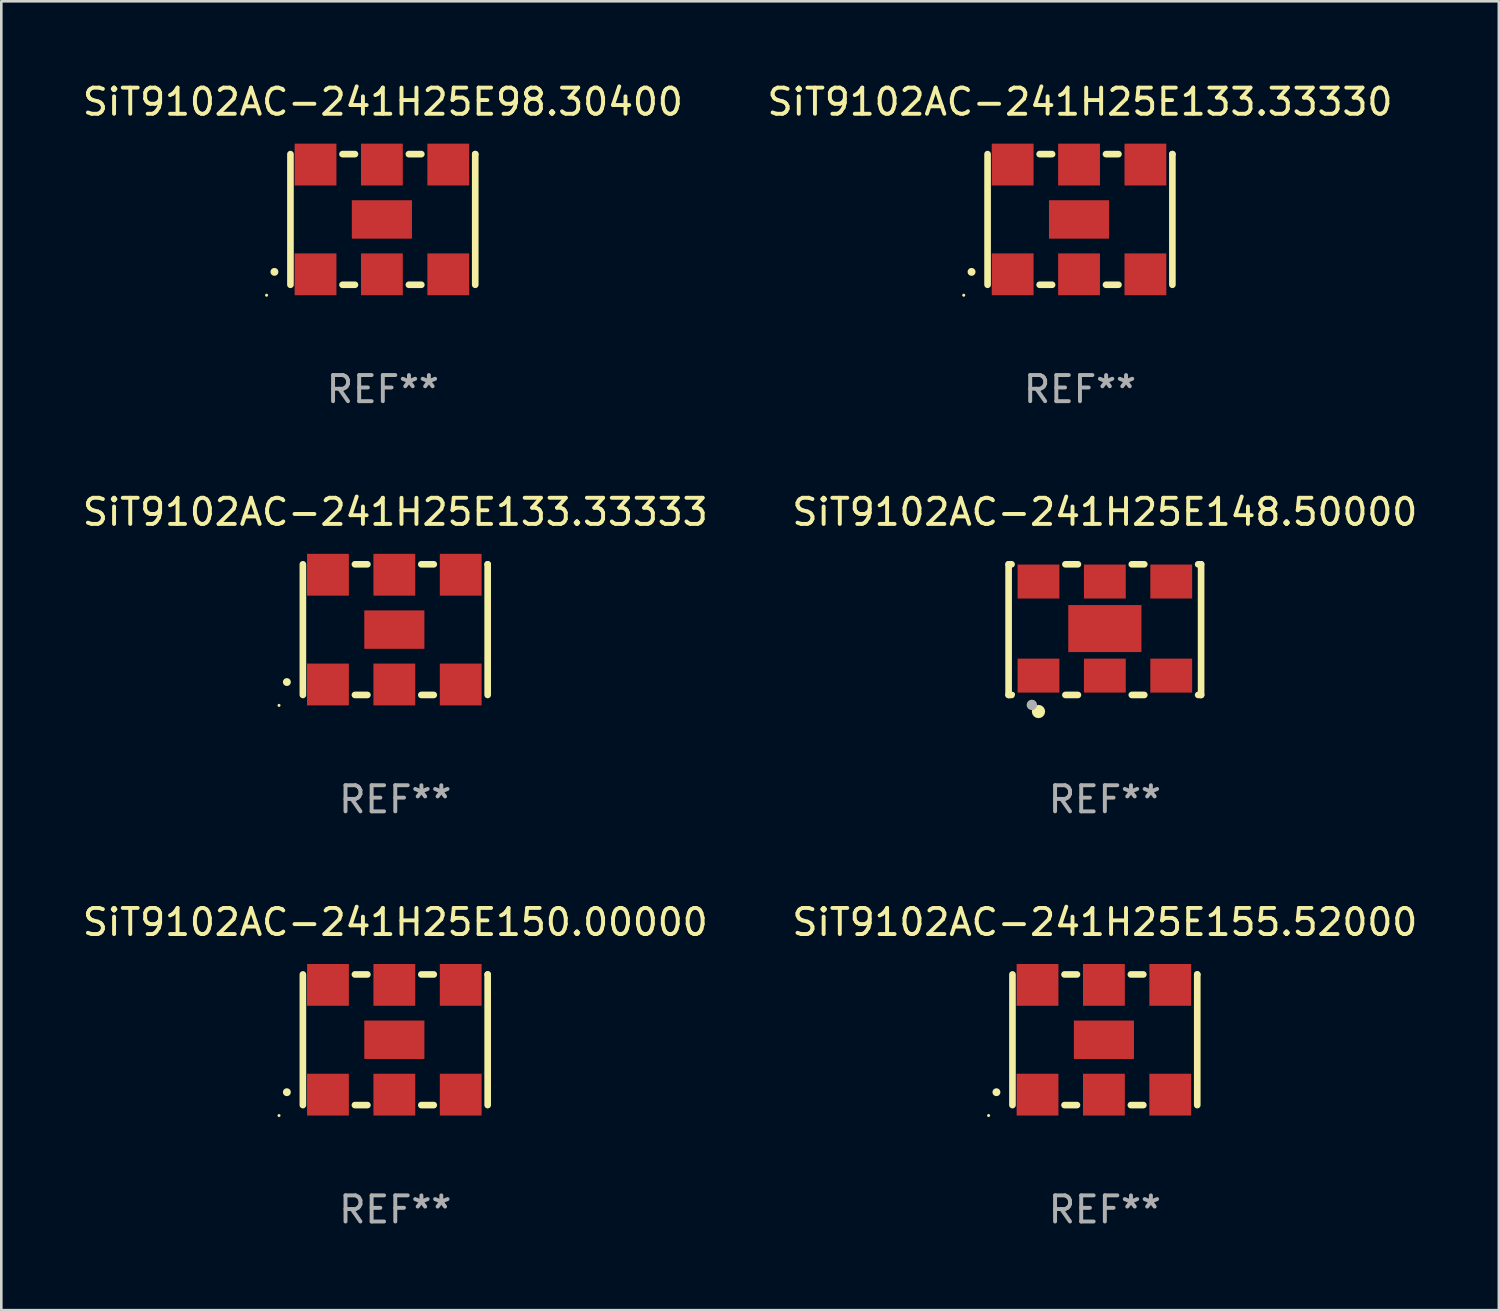
<source format=kicad_pcb>
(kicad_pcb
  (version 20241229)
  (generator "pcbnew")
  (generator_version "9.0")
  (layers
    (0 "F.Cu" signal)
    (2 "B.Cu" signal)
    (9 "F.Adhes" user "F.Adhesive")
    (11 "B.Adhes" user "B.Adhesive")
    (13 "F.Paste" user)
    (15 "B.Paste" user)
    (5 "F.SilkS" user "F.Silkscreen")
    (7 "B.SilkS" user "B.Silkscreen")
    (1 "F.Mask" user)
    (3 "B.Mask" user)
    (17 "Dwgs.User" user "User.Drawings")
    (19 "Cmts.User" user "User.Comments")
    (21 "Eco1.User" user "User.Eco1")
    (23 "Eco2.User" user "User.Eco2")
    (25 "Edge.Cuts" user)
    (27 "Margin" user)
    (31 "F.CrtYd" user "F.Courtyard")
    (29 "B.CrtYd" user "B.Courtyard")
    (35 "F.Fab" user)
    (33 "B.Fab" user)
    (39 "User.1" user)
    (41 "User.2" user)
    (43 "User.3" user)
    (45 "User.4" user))
  (footprint "SiT9102AC-241H25E133.33333"
    (layer "F.Cu")
    (at 12.077 21.045)
    (property "Reference" "SiT9102AC-241H25E133.33333" (at 0 -4.5 0) (layer "F.SilkS") (effects (font (size 1 1) (thickness 0.15))))
    (attr through_hole)
    (fp_line (start -3.536 -2.5) (end -3.536 2.5) (stroke (width 0.254) (type solid)) (layer "F.SilkS"))
    (fp_line (start -1.544 2.5) (end -1.067 2.5) (stroke (width 0.254) (type solid)) (layer "F.SilkS"))
    (fp_line (start -1.067 -2.5) (end -1.544 -2.5) (stroke (width 0.254) (type solid)) (layer "F.SilkS"))
    (fp_line (start 0.996 2.5) (end 1.473 2.5) (stroke (width 0.254) (type solid)) (layer "F.SilkS"))
    (fp_line (start 1.473 -2.5) (end 0.996 -2.5) (stroke (width 0.254) (type solid)) (layer "F.SilkS"))
    (fp_line (start 3.536 -2.5) (end 3.536 -2.5) (stroke (width 0.254) (type solid)) (layer "F.SilkS"))
    (fp_line (start 3.536 2.5) (end 3.536 -2.5) (stroke (width 0.254) (type solid)) (layer "F.SilkS"))
    (fp_arc (start -4.150432 2.006604) (mid -4.149162 2.006599) (end -4.147892 2.006604) (stroke (width 0.3) (type solid)) (layer "F.SilkS"))
    (fp_circle (center -4.449 2.9) (end -4.419 2.9) (stroke (width 0.06) (type solid)) (fill no) (layer "F.SilkS"))
    (fp_text user "REF**" (at 0 6.5 0) (layer "F.Fab") (effects (font (size 1 1) (thickness 0.15))))
    (pad "1" smd rect (at -2.576 2.1) (size 1.6 1.6) (layers "F.Cu" "F.Mask" "F.Paste"))
    (pad "2" smd rect (at -0.036 2.1) (size 1.6 1.6) (layers "F.Cu" "F.Mask" "F.Paste"))
    (pad "3" smd rect (at 2.504 2.1) (size 1.6 1.6) (layers "F.Cu" "F.Mask" "F.Paste"))
    (pad "4" smd rect (at 2.504 -2.1) (size 1.6 1.6) (layers "F.Cu" "F.Mask" "F.Paste"))
    (pad "5" smd rect (at -0.036 -2.1) (size 1.6 1.6) (layers "F.Cu" "F.Mask" "F.Paste"))
    (pad "6" smd rect (at -2.576 -2.1) (size 1.6 1.6) (layers "F.Cu" "F.Mask" "F.Paste"))
    (pad "7" smd rect (at -0.036 0) (size 2.3 1.47) (layers "F.Cu" "F.Mask" "F.Paste")))
  (footprint "SiT9102AC-241H25E155.52000"
    (layer "F.Cu")
    (at 39.232 36.741)
    (property "Reference" "SiT9102AC-241H25E155.52000" (at 0 -4.5 0) (layer "F.SilkS") (effects (font (size 1 1) (thickness 0.15))))
    (attr through_hole)
    (fp_line (start -3.536 -2.5) (end -3.536 2.5) (stroke (width 0.254) (type solid)) (layer "F.SilkS"))
    (fp_line (start -1.544 2.5) (end -1.067 2.5) (stroke (width 0.254) (type solid)) (layer "F.SilkS"))
    (fp_line (start -1.067 -2.5) (end -1.544 -2.5) (stroke (width 0.254) (type solid)) (layer "F.SilkS"))
    (fp_line (start 0.996 2.5) (end 1.473 2.5) (stroke (width 0.254) (type solid)) (layer "F.SilkS"))
    (fp_line (start 1.473 -2.5) (end 0.996 -2.5) (stroke (width 0.254) (type solid)) (layer "F.SilkS"))
    (fp_line (start 3.536 -2.5) (end 3.536 -2.5) (stroke (width 0.254) (type solid)) (layer "F.SilkS"))
    (fp_line (start 3.536 2.5) (end 3.536 -2.5) (stroke (width 0.254) (type solid)) (layer "F.SilkS"))
    (fp_arc (start -4.150432 2.006604) (mid -4.149162 2.006599) (end -4.147892 2.006604) (stroke (width 0.3) (type solid)) (layer "F.SilkS"))
    (fp_circle (center -4.449 2.9) (end -4.419 2.9) (stroke (width 0.06) (type solid)) (fill no) (layer "F.SilkS"))
    (fp_text user "REF**" (at 0 6.5 0) (layer "F.Fab") (effects (font (size 1 1) (thickness 0.15))))
    (pad "1" smd rect (at -2.576 2.1) (size 1.6 1.6) (layers "F.Cu" "F.Mask" "F.Paste"))
    (pad "2" smd rect (at -0.036 2.1) (size 1.6 1.6) (layers "F.Cu" "F.Mask" "F.Paste"))
    (pad "3" smd rect (at 2.504 2.1) (size 1.6 1.6) (layers "F.Cu" "F.Mask" "F.Paste"))
    (pad "4" smd rect (at 2.504 -2.1) (size 1.6 1.6) (layers "F.Cu" "F.Mask" "F.Paste"))
    (pad "5" smd rect (at -0.036 -2.1) (size 1.6 1.6) (layers "F.Cu" "F.Mask" "F.Paste"))
    (pad "6" smd rect (at -2.576 -2.1) (size 1.6 1.6) (layers "F.Cu" "F.Mask" "F.Paste"))
    (pad "7" smd rect (at -0.036 0) (size 2.3 1.47) (layers "F.Cu" "F.Mask" "F.Paste")))
  (footprint "SiT9102AC-241H25E98.30400"
    (layer "F.Cu")
    (at 11.601 5.348)
    (property "Reference" "SiT9102AC-241H25E98.30400" (at 0 -4.5 0) (layer "F.SilkS") (effects (font (size 1 1) (thickness 0.15))))
    (attr through_hole)
    (fp_line (start -3.536 -2.5) (end -3.536 2.5) (stroke (width 0.254) (type solid)) (layer "F.SilkS"))
    (fp_line (start -1.544 2.5) (end -1.067 2.5) (stroke (width 0.254) (type solid)) (layer "F.SilkS"))
    (fp_line (start -1.067 -2.5) (end -1.544 -2.5) (stroke (width 0.254) (type solid)) (layer "F.SilkS"))
    (fp_line (start 0.996 2.5) (end 1.473 2.5) (stroke (width 0.254) (type solid)) (layer "F.SilkS"))
    (fp_line (start 1.473 -2.5) (end 0.996 -2.5) (stroke (width 0.254) (type solid)) (layer "F.SilkS"))
    (fp_line (start 3.536 -2.5) (end 3.536 -2.5) (stroke (width 0.254) (type solid)) (layer "F.SilkS"))
    (fp_line (start 3.536 2.5) (end 3.536 -2.5) (stroke (width 0.254) (type solid)) (layer "F.SilkS"))
    (fp_arc (start -4.150432 2.006604) (mid -4.149162 2.006599) (end -4.147892 2.006604) (stroke (width 0.3) (type solid)) (layer "F.SilkS"))
    (fp_circle (center -4.449 2.9) (end -4.419 2.9) (stroke (width 0.06) (type solid)) (fill no) (layer "F.SilkS"))
    (fp_text user "REF**" (at 0 6.5 0) (layer "F.Fab") (effects (font (size 1 1) (thickness 0.15))))
    (pad "1" smd rect (at -2.576 2.1) (size 1.6 1.6) (layers "F.Cu" "F.Mask" "F.Paste"))
    (pad "2" smd rect (at -0.036 2.1) (size 1.6 1.6) (layers "F.Cu" "F.Mask" "F.Paste"))
    (pad "3" smd rect (at 2.504 2.1) (size 1.6 1.6) (layers "F.Cu" "F.Mask" "F.Paste"))
    (pad "4" smd rect (at 2.504 -2.1) (size 1.6 1.6) (layers "F.Cu" "F.Mask" "F.Paste"))
    (pad "5" smd rect (at -0.036 -2.1) (size 1.6 1.6) (layers "F.Cu" "F.Mask" "F.Paste"))
    (pad "6" smd rect (at -2.576 -2.1) (size 1.6 1.6) (layers "F.Cu" "F.Mask" "F.Paste"))
    (pad "7" smd rect (at -0.036 0) (size 2.3 1.47) (layers "F.Cu" "F.Mask" "F.Paste")))
  (footprint "SiT9102AC-241H25E133.33330"
    (layer "F.Cu")
    (at 38.28 5.348)
    (property "Reference" "SiT9102AC-241H25E133.33330" (at 0 -4.5 0) (layer "F.SilkS") (effects (font (size 1 1) (thickness 0.15))))
    (attr through_hole)
    (fp_line (start -3.536 -2.5) (end -3.536 2.5) (stroke (width 0.254) (type solid)) (layer "F.SilkS"))
    (fp_line (start -1.544 2.5) (end -1.067 2.5) (stroke (width 0.254) (type solid)) (layer "F.SilkS"))
    (fp_line (start -1.067 -2.5) (end -1.544 -2.5) (stroke (width 0.254) (type solid)) (layer "F.SilkS"))
    (fp_line (start 0.996 2.5) (end 1.473 2.5) (stroke (width 0.254) (type solid)) (layer "F.SilkS"))
    (fp_line (start 1.473 -2.5) (end 0.996 -2.5) (stroke (width 0.254) (type solid)) (layer "F.SilkS"))
    (fp_line (start 3.536 -2.5) (end 3.536 -2.5) (stroke (width 0.254) (type solid)) (layer "F.SilkS"))
    (fp_line (start 3.536 2.5) (end 3.536 -2.5) (stroke (width 0.254) (type solid)) (layer "F.SilkS"))
    (fp_arc (start -4.150432 2.006604) (mid -4.149162 2.006599) (end -4.147892 2.006604) (stroke (width 0.3) (type solid)) (layer "F.SilkS"))
    (fp_circle (center -4.449 2.9) (end -4.419 2.9) (stroke (width 0.06) (type solid)) (fill no) (layer "F.SilkS"))
    (fp_text user "REF**" (at 0 6.5 0) (layer "F.Fab") (effects (font (size 1 1) (thickness 0.15))))
    (pad "1" smd rect (at -2.576 2.1) (size 1.6 1.6) (layers "F.Cu" "F.Mask" "F.Paste"))
    (pad "2" smd rect (at -0.036 2.1) (size 1.6 1.6) (layers "F.Cu" "F.Mask" "F.Paste"))
    (pad "3" smd rect (at 2.504 2.1) (size 1.6 1.6) (layers "F.Cu" "F.Mask" "F.Paste"))
    (pad "4" smd rect (at 2.504 -2.1) (size 1.6 1.6) (layers "F.Cu" "F.Mask" "F.Paste"))
    (pad "5" smd rect (at -0.036 -2.1) (size 1.6 1.6) (layers "F.Cu" "F.Mask" "F.Paste"))
    (pad "6" smd rect (at -2.576 -2.1) (size 1.6 1.6) (layers "F.Cu" "F.Mask" "F.Paste"))
    (pad "7" smd rect (at -0.036 0) (size 2.3 1.47) (layers "F.Cu" "F.Mask" "F.Paste")))
  (footprint "SiT9102AC-241H25E148.50000"
    (layer "F.Cu")
    (at 39.232 21.045)
    (property "Reference" "SiT9102AC-241H25E148.50000" (at 0 -4.5 0) (layer "F.SilkS") (effects (font (size 1 1) (thickness 0.15))))
    (attr through_hole)
    (fp_line (start -3.683 -2.5) (end -3.571 -2.5) (stroke (width 0.254) (type solid)) (layer "F.SilkS"))
    (fp_line (start -3.683 2.5) (end -3.683 -2.5) (stroke (width 0.254) (type solid)) (layer "F.SilkS"))
    (fp_line (start -3.683 2.5) (end -3.571 2.5) (stroke (width 0.254) (type solid)) (layer "F.SilkS"))
    (fp_line (start -1.509 -2.5) (end -1.031 -2.5) (stroke (width 0.254) (type solid)) (layer "F.SilkS"))
    (fp_line (start -1.509 2.5) (end -1.031 2.5) (stroke (width 0.254) (type solid)) (layer "F.SilkS"))
    (fp_line (start 1.031 -2.5) (end 1.509 -2.5) (stroke (width 0.254) (type solid)) (layer "F.SilkS"))
    (fp_line (start 1.031 2.5) (end 1.509 2.5) (stroke (width 0.254) (type solid)) (layer "F.SilkS"))
    (fp_line (start 3.571 -2.5) (end 3.683 -2.5) (stroke (width 0.254) (type solid)) (layer "F.SilkS"))
    (fp_line (start 3.571 2.5) (end 3.683 2.5) (stroke (width 0.254) (type solid)) (layer "F.SilkS"))
    (fp_line (start 3.683 2.5) (end 3.683 -2.5) (stroke (width 0.254) (type solid)) (layer "F.SilkS"))
    (fp_circle (center -3.5 2.46) (end -3.47 2.46) (stroke (width 0.06) (type solid)) (fill no) (layer "F.SilkS"))
    (fp_circle (center -2.54 3.135) (end -2.413 3.135) (stroke (width 0.254) (type solid)) (fill no) (layer "F.SilkS"))
    (fp_circle (center -2.794 2.881) (end -2.694 2.881) (stroke (width 0.2) (type solid)) (fill no) (layer "F.Fab"))
    (fp_text user "REF**" (at 0 6.5 0) (layer "F.Fab") (effects (font (size 1 1) (thickness 0.15))))
    (pad "1" smd rect (at -2.54 1.76) (size 1.6 1.3) (layers "F.Cu" "F.Mask" "F.Paste"))
    (pad "2" smd rect (at 0 1.76) (size 1.6 1.3) (layers "F.Cu" "F.Mask" "F.Paste"))
    (pad "3" smd rect (at 2.54 1.76) (size 1.6 1.3) (layers "F.Cu" "F.Mask" "F.Paste"))
    (pad "4" smd rect (at 2.54 -1.84) (size 1.6 1.3) (layers "F.Cu" "F.Mask" "F.Paste"))
    (pad "5" smd rect (at 0 -1.84) (size 1.6 1.3) (layers "F.Cu" "F.Mask" "F.Paste"))
    (pad "6" smd rect (at -2.54 -1.84) (size 1.6 1.3) (layers "F.Cu" "F.Mask" "F.Paste"))
    (pad "7" smd rect (at 0 -0.04) (size 2.8 1.8) (layers "F.Cu" "F.Mask" "F.Paste")))
  (footprint "SiT9102AC-241H25E150.00000"
    (layer "F.Cu")
    (at 12.077 36.741)
    (property "Reference" "SiT9102AC-241H25E150.00000" (at 0 -4.5 0) (layer "F.SilkS") (effects (font (size 1 1) (thickness 0.15))))
    (attr through_hole)
    (fp_line (start -3.536 -2.5) (end -3.536 2.5) (stroke (width 0.254) (type solid)) (layer "F.SilkS"))
    (fp_line (start -1.544 2.5) (end -1.067 2.5) (stroke (width 0.254) (type solid)) (layer "F.SilkS"))
    (fp_line (start -1.067 -2.5) (end -1.544 -2.5) (stroke (width 0.254) (type solid)) (layer "F.SilkS"))
    (fp_line (start 0.996 2.5) (end 1.473 2.5) (stroke (width 0.254) (type solid)) (layer "F.SilkS"))
    (fp_line (start 1.473 -2.5) (end 0.996 -2.5) (stroke (width 0.254) (type solid)) (layer "F.SilkS"))
    (fp_line (start 3.536 -2.5) (end 3.536 -2.5) (stroke (width 0.254) (type solid)) (layer "F.SilkS"))
    (fp_line (start 3.536 2.5) (end 3.536 -2.5) (stroke (width 0.254) (type solid)) (layer "F.SilkS"))
    (fp_arc (start -4.150432 2.006604) (mid -4.149162 2.006599) (end -4.147892 2.006604) (stroke (width 0.3) (type solid)) (layer "F.SilkS"))
    (fp_circle (center -4.449 2.9) (end -4.419 2.9) (stroke (width 0.06) (type solid)) (fill no) (layer "F.SilkS"))
    (fp_text user "REF**" (at 0 6.5 0) (layer "F.Fab") (effects (font (size 1 1) (thickness 0.15))))
    (pad "1" smd rect (at -2.576 2.1) (size 1.6 1.6) (layers "F.Cu" "F.Mask" "F.Paste"))
    (pad "2" smd rect (at -0.036 2.1) (size 1.6 1.6) (layers "F.Cu" "F.Mask" "F.Paste"))
    (pad "3" smd rect (at 2.504 2.1) (size 1.6 1.6) (layers "F.Cu" "F.Mask" "F.Paste"))
    (pad "4" smd rect (at 2.504 -2.1) (size 1.6 1.6) (layers "F.Cu" "F.Mask" "F.Paste"))
    (pad "5" smd rect (at -0.036 -2.1) (size 1.6 1.6) (layers "F.Cu" "F.Mask" "F.Paste"))
    (pad "6" smd rect (at -2.576 -2.1) (size 1.6 1.6) (layers "F.Cu" "F.Mask" "F.Paste"))
    (pad "7" smd rect (at -0.036 0) (size 2.3 1.47) (layers "F.Cu" "F.Mask" "F.Paste")))
  (gr_rect
    (start -3 -3)
    (end 54.31 47.09)
    (stroke (width 0.1) (type default))
    (fill no)
    (layer "Edge.Cuts")))
</source>
